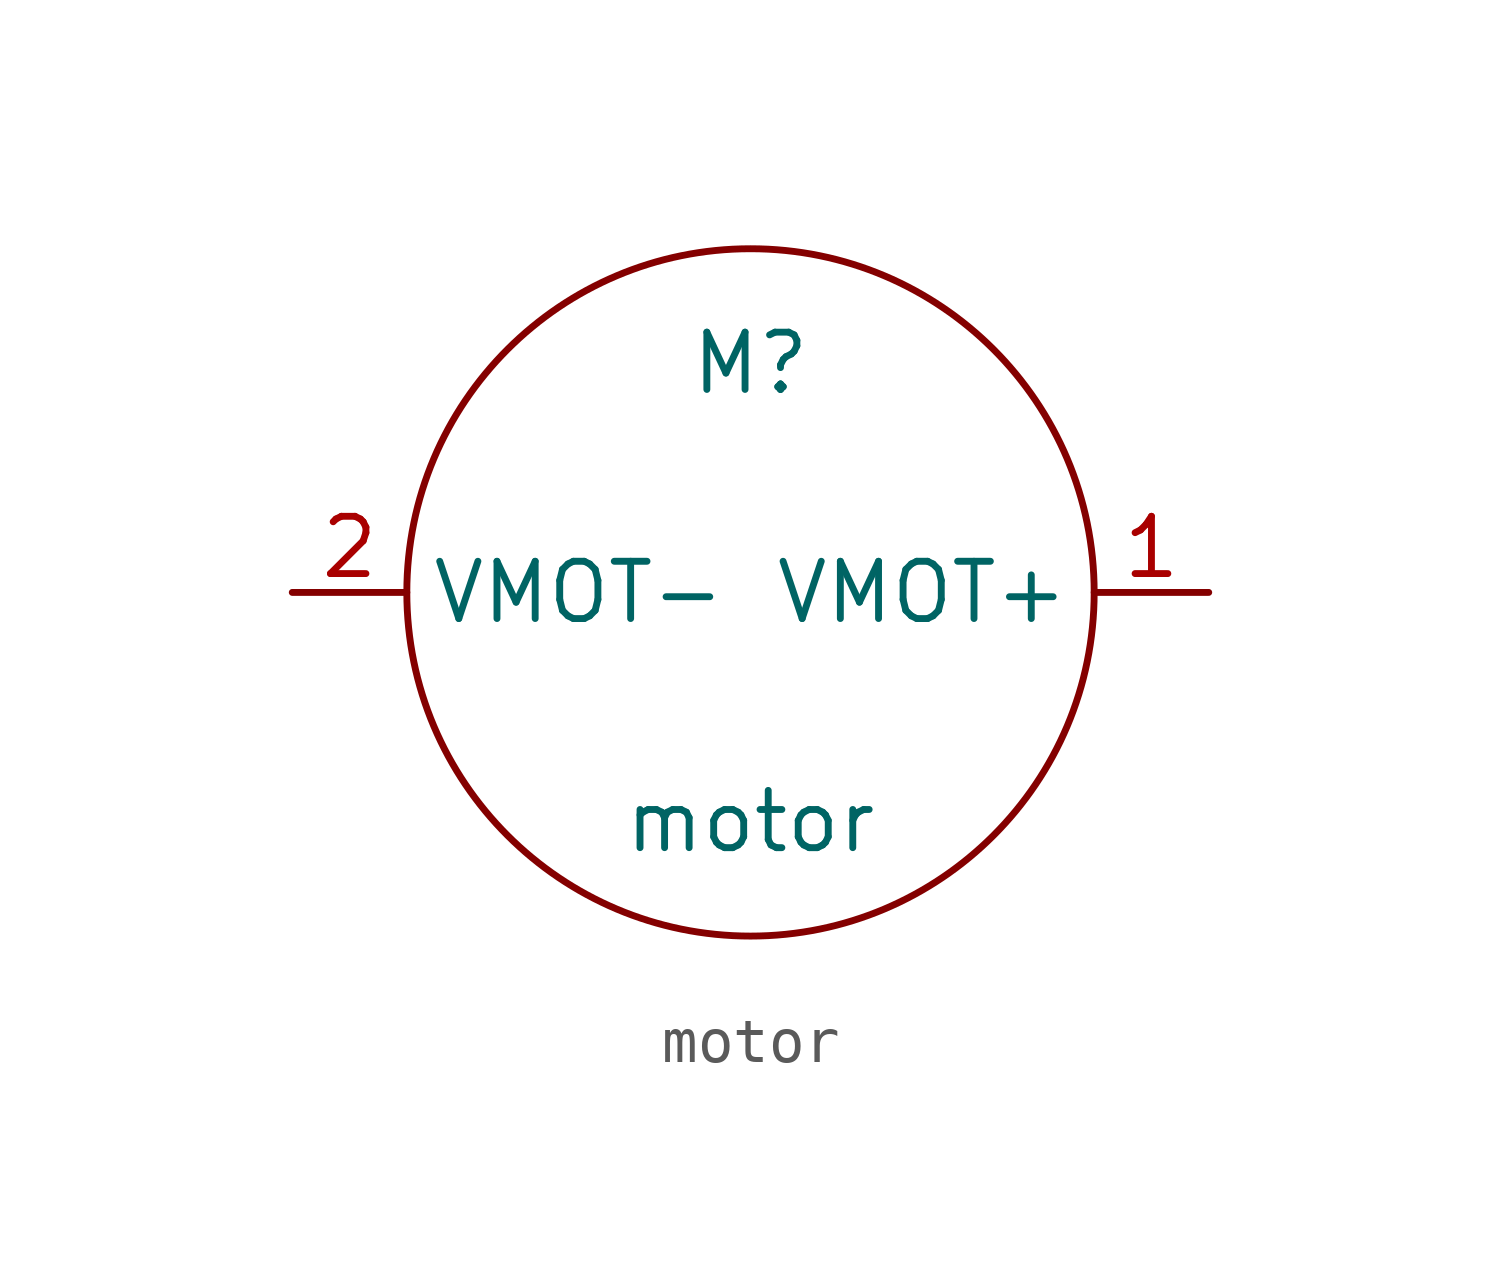
<source format=kicad_sym>
(kicad_symbol_lib
  (version 20211014)
  (generator kicad_symbol_editor)
  (symbol "motor"
    (property "Reference" "M"
      (at 0 5.08 0)
      (effects (font (size 1.27 1.27))))
    (property "Value" "motor"
      (at 0 -5.08 0)
      (effects (font (size 1.27 1.27))))
    (symbol "motor_0_1"
      (circle (center 0 0) (radius 7.62) (stroke (width 0) (type default) (color 0 0 0 0)) (fill (type none))))
    (symbol "motor_1_1"
      (pin input line (at 10.16 0 180) (length 2.54) (name "VMOT+" (effects (font (size 1.27 1.27)))) (number "1" (effects (font (size 1.27 1.27)))))
      (pin input line (at -10.16 0 0) (length 2.54) (name "VMOT-" (effects (font (size 1.27 1.27)))) (number "2" (effects (font (size 1.27 1.27))))))))
</source>
